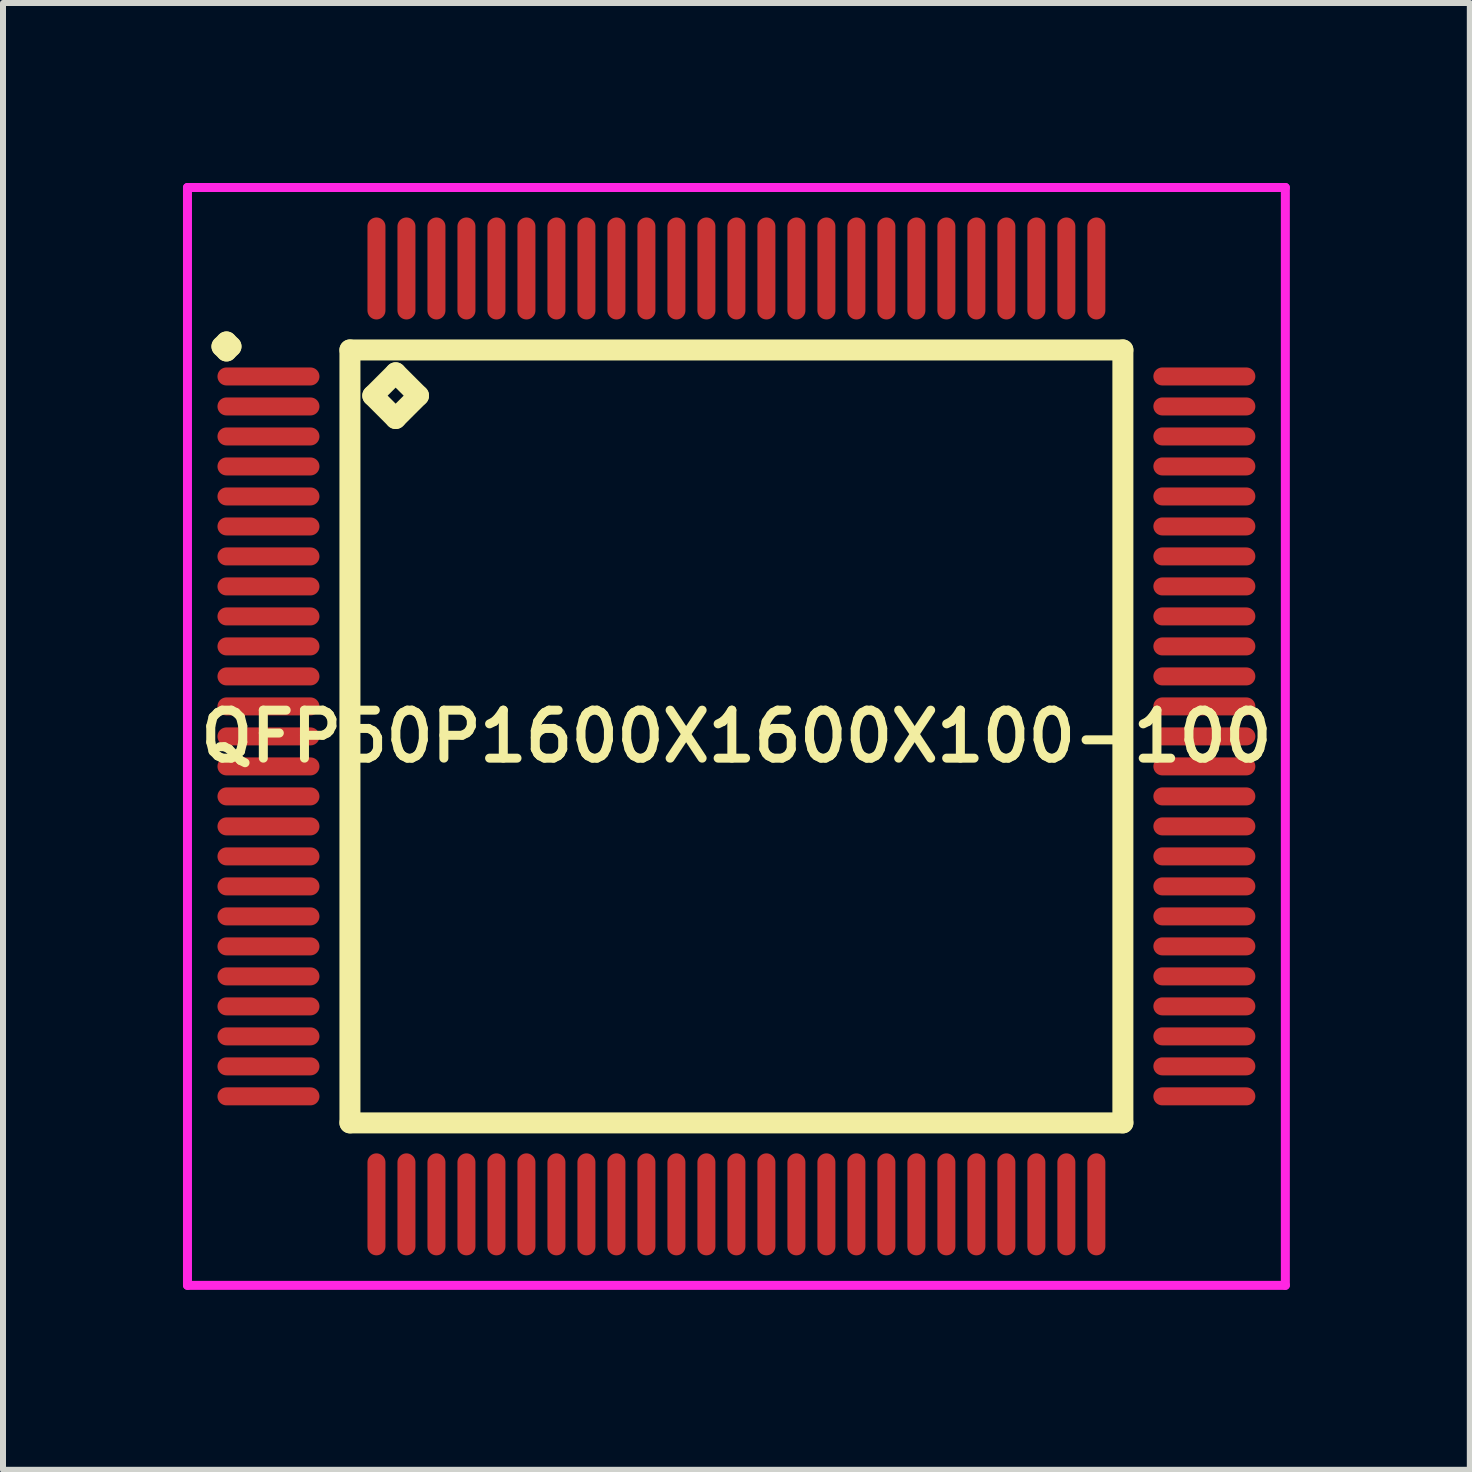
<source format=kicad_pcb>
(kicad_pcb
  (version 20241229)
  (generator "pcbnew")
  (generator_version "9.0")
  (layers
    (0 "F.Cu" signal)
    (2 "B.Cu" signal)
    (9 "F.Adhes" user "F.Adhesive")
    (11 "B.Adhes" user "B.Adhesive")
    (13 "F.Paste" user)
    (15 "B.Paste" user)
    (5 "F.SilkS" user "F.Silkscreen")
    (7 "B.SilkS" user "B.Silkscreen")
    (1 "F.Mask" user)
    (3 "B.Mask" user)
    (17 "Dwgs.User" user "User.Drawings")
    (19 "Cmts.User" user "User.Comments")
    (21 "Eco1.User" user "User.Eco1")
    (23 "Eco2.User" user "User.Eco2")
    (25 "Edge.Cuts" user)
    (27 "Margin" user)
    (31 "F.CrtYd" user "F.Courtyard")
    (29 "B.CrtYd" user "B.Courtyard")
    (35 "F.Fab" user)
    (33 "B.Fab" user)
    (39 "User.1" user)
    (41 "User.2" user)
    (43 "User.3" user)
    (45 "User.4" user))
  (footprint "QFP50P1600X1600X100-100"
    (layer "F.Cu")
    (at 9.225 9.225)
    (property "Reference" "QFP50P1600X1600X100-100" (at 0 0 0) (layer "F.SilkS") (effects (font (size 0.8 0.8) (thickness 0.15))))
    (attr through_hole)
    (fp_line (start -8.575 -6.5) (end -8.5 -6.575) (stroke (width 0.35) (type solid)) (layer "F.SilkS"))
    (fp_line (start -8.5 -6.575) (end -8.425 -6.5) (stroke (width 0.35) (type solid)) (layer "F.SilkS"))
    (fp_line (start -8.5 -6.425) (end -8.575 -6.5) (stroke (width 0.35) (type solid)) (layer "F.SilkS"))
    (fp_line (start -8.425 -6.5) (end -8.5 -6.425) (stroke (width 0.35) (type solid)) (layer "F.SilkS"))
    (fp_line (start -6.442 -6.442) (end -6.442 6.442) (stroke (width 0.35) (type solid)) (layer "F.SilkS"))
    (fp_line (start -6.442 6.442) (end 6.442 6.442) (stroke (width 0.35) (type solid)) (layer "F.SilkS"))
    (fp_line (start -6.061 -5.68) (end -5.68 -6.061) (stroke (width 0.35) (type solid)) (layer "F.SilkS"))
    (fp_line (start -5.68 -6.061) (end -5.299 -5.68) (stroke (width 0.35) (type solid)) (layer "F.SilkS"))
    (fp_line (start -5.68 -5.299) (end -6.061 -5.68) (stroke (width 0.35) (type solid)) (layer "F.SilkS"))
    (fp_line (start -5.299 -5.68) (end -5.68 -5.299) (stroke (width 0.35) (type solid)) (layer "F.SilkS"))
    (fp_line (start 6.442 -6.442) (end -6.442 -6.442) (stroke (width 0.35) (type solid)) (layer "F.SilkS"))
    (fp_line (start 6.442 6.442) (end 6.442 -6.442) (stroke (width 0.35) (type solid)) (layer "F.SilkS"))
    (fp_line (start -9.15 -9.15) (end 9.15 -9.15) (stroke (width 0.15) (type solid)) (layer "F.CrtYd"))
    (fp_line (start -9.15 9.15) (end -9.15 -9.15) (stroke (width 0.15) (type solid)) (layer "F.CrtYd"))
    (fp_line (start 9.15 -9.15) (end 9.15 9.15) (stroke (width 0.15) (type solid)) (layer "F.CrtYd"))
    (fp_line (start 9.15 9.15) (end -9.15 9.15) (stroke (width 0.15) (type solid)) (layer "F.CrtYd"))
    (pad "1" smd oval (at -7.8 -6) (size 1.7 0.3) (layers "F.Cu" "F.Mask" "F.Paste"))
    (pad "2" smd oval (at -7.8 -5.5) (size 1.7 0.3) (layers "F.Cu" "F.Mask" "F.Paste"))
    (pad "3" smd oval (at -7.8 -5) (size 1.7 0.3) (layers "F.Cu" "F.Mask" "F.Paste"))
    (pad "4" smd oval (at -7.8 -4.5) (size 1.7 0.3) (layers "F.Cu" "F.Mask" "F.Paste"))
    (pad "5" smd oval (at -7.8 -4) (size 1.7 0.3) (layers "F.Cu" "F.Mask" "F.Paste"))
    (pad "6" smd oval (at -7.8 -3.5) (size 1.7 0.3) (layers "F.Cu" "F.Mask" "F.Paste"))
    (pad "7" smd oval (at -7.8 -3) (size 1.7 0.3) (layers "F.Cu" "F.Mask" "F.Paste"))
    (pad "8" smd oval (at -7.8 -2.5) (size 1.7 0.3) (layers "F.Cu" "F.Mask" "F.Paste"))
    (pad "9" smd oval (at -7.8 -2) (size 1.7 0.3) (layers "F.Cu" "F.Mask" "F.Paste"))
    (pad "10" smd oval (at -7.8 -1.5) (size 1.7 0.3) (layers "F.Cu" "F.Mask" "F.Paste"))
    (pad "11" smd oval (at -7.8 -1) (size 1.7 0.3) (layers "F.Cu" "F.Mask" "F.Paste"))
    (pad "12" smd oval (at -7.8 -0.5) (size 1.7 0.3) (layers "F.Cu" "F.Mask" "F.Paste"))
    (pad "13" smd oval (at -7.8 0) (size 1.7 0.3) (layers "F.Cu" "F.Mask" "F.Paste"))
    (pad "14" smd oval (at -7.8 0.5) (size 1.7 0.3) (layers "F.Cu" "F.Mask" "F.Paste"))
    (pad "15" smd oval (at -7.8 1) (size 1.7 0.3) (layers "F.Cu" "F.Mask" "F.Paste"))
    (pad "16" smd oval (at -7.8 1.5) (size 1.7 0.3) (layers "F.Cu" "F.Mask" "F.Paste"))
    (pad "17" smd oval (at -7.8 2) (size 1.7 0.3) (layers "F.Cu" "F.Mask" "F.Paste"))
    (pad "18" smd oval (at -7.8 2.5) (size 1.7 0.3) (layers "F.Cu" "F.Mask" "F.Paste"))
    (pad "19" smd oval (at -7.8 3) (size 1.7 0.3) (layers "F.Cu" "F.Mask" "F.Paste"))
    (pad "20" smd oval (at -7.8 3.5) (size 1.7 0.3) (layers "F.Cu" "F.Mask" "F.Paste"))
    (pad "21" smd oval (at -7.8 4) (size 1.7 0.3) (layers "F.Cu" "F.Mask" "F.Paste"))
    (pad "22" smd oval (at -7.8 4.5) (size 1.7 0.3) (layers "F.Cu" "F.Mask" "F.Paste"))
    (pad "23" smd oval (at -7.8 5) (size 1.7 0.3) (layers "F.Cu" "F.Mask" "F.Paste"))
    (pad "24" smd oval (at -7.8 5.5) (size 1.7 0.3) (layers "F.Cu" "F.Mask" "F.Paste"))
    (pad "25" smd oval (at -7.8 6) (size 1.7 0.3) (layers "F.Cu" "F.Mask" "F.Paste"))
    (pad "26" smd oval (at -6 7.8) (size 0.3 1.7) (layers "F.Cu" "F.Mask" "F.Paste"))
    (pad "27" smd oval (at -5.5 7.8) (size 0.3 1.7) (layers "F.Cu" "F.Mask" "F.Paste"))
    (pad "28" smd oval (at -5 7.8) (size 0.3 1.7) (layers "F.Cu" "F.Mask" "F.Paste"))
    (pad "29" smd oval (at -4.5 7.8) (size 0.3 1.7) (layers "F.Cu" "F.Mask" "F.Paste"))
    (pad "30" smd oval (at -4 7.8) (size 0.3 1.7) (layers "F.Cu" "F.Mask" "F.Paste"))
    (pad "31" smd oval (at -3.5 7.8) (size 0.3 1.7) (layers "F.Cu" "F.Mask" "F.Paste"))
    (pad "32" smd oval (at -3 7.8) (size 0.3 1.7) (layers "F.Cu" "F.Mask" "F.Paste"))
    (pad "33" smd oval (at -2.5 7.8) (size 0.3 1.7) (layers "F.Cu" "F.Mask" "F.Paste"))
    (pad "34" smd oval (at -2 7.8) (size 0.3 1.7) (layers "F.Cu" "F.Mask" "F.Paste"))
    (pad "35" smd oval (at -1.5 7.8) (size 0.3 1.7) (layers "F.Cu" "F.Mask" "F.Paste"))
    (pad "36" smd oval (at -1 7.8) (size 0.3 1.7) (layers "F.Cu" "F.Mask" "F.Paste"))
    (pad "37" smd oval (at -0.5 7.8) (size 0.3 1.7) (layers "F.Cu" "F.Mask" "F.Paste"))
    (pad "38" smd oval (at 0 7.8) (size 0.3 1.7) (layers "F.Cu" "F.Mask" "F.Paste"))
    (pad "39" smd oval (at 0.5 7.8) (size 0.3 1.7) (layers "F.Cu" "F.Mask" "F.Paste"))
    (pad "40" smd oval (at 1 7.8) (size 0.3 1.7) (layers "F.Cu" "F.Mask" "F.Paste"))
    (pad "41" smd oval (at 1.5 7.8) (size 0.3 1.7) (layers "F.Cu" "F.Mask" "F.Paste"))
    (pad "42" smd oval (at 2 7.8) (size 0.3 1.7) (layers "F.Cu" "F.Mask" "F.Paste"))
    (pad "43" smd oval (at 2.5 7.8) (size 0.3 1.7) (layers "F.Cu" "F.Mask" "F.Paste"))
    (pad "44" smd oval (at 3 7.8) (size 0.3 1.7) (layers "F.Cu" "F.Mask" "F.Paste"))
    (pad "45" smd oval (at 3.5 7.8) (size 0.3 1.7) (layers "F.Cu" "F.Mask" "F.Paste"))
    (pad "46" smd oval (at 4 7.8) (size 0.3 1.7) (layers "F.Cu" "F.Mask" "F.Paste"))
    (pad "47" smd oval (at 4.5 7.8) (size 0.3 1.7) (layers "F.Cu" "F.Mask" "F.Paste"))
    (pad "48" smd oval (at 5 7.8) (size 0.3 1.7) (layers "F.Cu" "F.Mask" "F.Paste"))
    (pad "49" smd oval (at 5.5 7.8) (size 0.3 1.7) (layers "F.Cu" "F.Mask" "F.Paste"))
    (pad "50" smd oval (at 6 7.8) (size 0.3 1.7) (layers "F.Cu" "F.Mask" "F.Paste"))
    (pad "51" smd oval (at 7.8 6) (size 1.7 0.3) (layers "F.Cu" "F.Mask" "F.Paste"))
    (pad "52" smd oval (at 7.8 5.5) (size 1.7 0.3) (layers "F.Cu" "F.Mask" "F.Paste"))
    (pad "53" smd oval (at 7.8 5) (size 1.7 0.3) (layers "F.Cu" "F.Mask" "F.Paste"))
    (pad "54" smd oval (at 7.8 4.5) (size 1.7 0.3) (layers "F.Cu" "F.Mask" "F.Paste"))
    (pad "55" smd oval (at 7.8 4) (size 1.7 0.3) (layers "F.Cu" "F.Mask" "F.Paste"))
    (pad "56" smd oval (at 7.8 3.5) (size 1.7 0.3) (layers "F.Cu" "F.Mask" "F.Paste"))
    (pad "57" smd oval (at 7.8 3) (size 1.7 0.3) (layers "F.Cu" "F.Mask" "F.Paste"))
    (pad "58" smd oval (at 7.8 2.5) (size 1.7 0.3) (layers "F.Cu" "F.Mask" "F.Paste"))
    (pad "59" smd oval (at 7.8 2) (size 1.7 0.3) (layers "F.Cu" "F.Mask" "F.Paste"))
    (pad "60" smd oval (at 7.8 1.5) (size 1.7 0.3) (layers "F.Cu" "F.Mask" "F.Paste"))
    (pad "61" smd oval (at 7.8 1) (size 1.7 0.3) (layers "F.Cu" "F.Mask" "F.Paste"))
    (pad "62" smd oval (at 7.8 0.5) (size 1.7 0.3) (layers "F.Cu" "F.Mask" "F.Paste"))
    (pad "63" smd oval (at 7.8 0) (size 1.7 0.3) (layers "F.Cu" "F.Mask" "F.Paste"))
    (pad "64" smd oval (at 7.8 -0.5) (size 1.7 0.3) (layers "F.Cu" "F.Mask" "F.Paste"))
    (pad "65" smd oval (at 7.8 -1) (size 1.7 0.3) (layers "F.Cu" "F.Mask" "F.Paste"))
    (pad "66" smd oval (at 7.8 -1.5) (size 1.7 0.3) (layers "F.Cu" "F.Mask" "F.Paste"))
    (pad "67" smd oval (at 7.8 -2) (size 1.7 0.3) (layers "F.Cu" "F.Mask" "F.Paste"))
    (pad "68" smd oval (at 7.8 -2.5) (size 1.7 0.3) (layers "F.Cu" "F.Mask" "F.Paste"))
    (pad "69" smd oval (at 7.8 -3) (size 1.7 0.3) (layers "F.Cu" "F.Mask" "F.Paste"))
    (pad "70" smd oval (at 7.8 -3.5) (size 1.7 0.3) (layers "F.Cu" "F.Mask" "F.Paste"))
    (pad "71" smd oval (at 7.8 -4) (size 1.7 0.3) (layers "F.Cu" "F.Mask" "F.Paste"))
    (pad "72" smd oval (at 7.8 -4.5) (size 1.7 0.3) (layers "F.Cu" "F.Mask" "F.Paste"))
    (pad "73" smd oval (at 7.8 -5) (size 1.7 0.3) (layers "F.Cu" "F.Mask" "F.Paste"))
    (pad "74" smd oval (at 7.8 -5.5) (size 1.7 0.3) (layers "F.Cu" "F.Mask" "F.Paste"))
    (pad "75" smd oval (at 7.8 -6) (size 1.7 0.3) (layers "F.Cu" "F.Mask" "F.Paste"))
    (pad "76" smd oval (at 6 -7.8) (size 0.3 1.7) (layers "F.Cu" "F.Mask" "F.Paste"))
    (pad "77" smd oval (at 5.5 -7.8) (size 0.3 1.7) (layers "F.Cu" "F.Mask" "F.Paste"))
    (pad "78" smd oval (at 5 -7.8) (size 0.3 1.7) (layers "F.Cu" "F.Mask" "F.Paste"))
    (pad "79" smd oval (at 4.5 -7.8) (size 0.3 1.7) (layers "F.Cu" "F.Mask" "F.Paste"))
    (pad "80" smd oval (at 4 -7.8) (size 0.3 1.7) (layers "F.Cu" "F.Mask" "F.Paste"))
    (pad "81" smd oval (at 3.5 -7.8) (size 0.3 1.7) (layers "F.Cu" "F.Mask" "F.Paste"))
    (pad "82" smd oval (at 3 -7.8) (size 0.3 1.7) (layers "F.Cu" "F.Mask" "F.Paste"))
    (pad "83" smd oval (at 2.5 -7.8) (size 0.3 1.7) (layers "F.Cu" "F.Mask" "F.Paste"))
    (pad "84" smd oval (at 2 -7.8) (size 0.3 1.7) (layers "F.Cu" "F.Mask" "F.Paste"))
    (pad "85" smd oval (at 1.5 -7.8) (size 0.3 1.7) (layers "F.Cu" "F.Mask" "F.Paste"))
    (pad "86" smd oval (at 1 -7.8) (size 0.3 1.7) (layers "F.Cu" "F.Mask" "F.Paste"))
    (pad "87" smd oval (at 0.5 -7.8) (size 0.3 1.7) (layers "F.Cu" "F.Mask" "F.Paste"))
    (pad "88" smd oval (at 0 -7.8) (size 0.3 1.7) (layers "F.Cu" "F.Mask" "F.Paste"))
    (pad "89" smd oval (at -0.5 -7.8) (size 0.3 1.7) (layers "F.Cu" "F.Mask" "F.Paste"))
    (pad "90" smd oval (at -1 -7.8) (size 0.3 1.7) (layers "F.Cu" "F.Mask" "F.Paste"))
    (pad "91" smd oval (at -1.5 -7.8) (size 0.3 1.7) (layers "F.Cu" "F.Mask" "F.Paste"))
    (pad "92" smd oval (at -2 -7.8) (size 0.3 1.7) (layers "F.Cu" "F.Mask" "F.Paste"))
    (pad "93" smd oval (at -2.5 -7.8) (size 0.3 1.7) (layers "F.Cu" "F.Mask" "F.Paste"))
    (pad "94" smd oval (at -3 -7.8) (size 0.3 1.7) (layers "F.Cu" "F.Mask" "F.Paste"))
    (pad "95" smd oval (at -3.5 -7.8) (size 0.3 1.7) (layers "F.Cu" "F.Mask" "F.Paste"))
    (pad "96" smd oval (at -4 -7.8) (size 0.3 1.7) (layers "F.Cu" "F.Mask" "F.Paste"))
    (pad "97" smd oval (at -4.5 -7.8) (size 0.3 1.7) (layers "F.Cu" "F.Mask" "F.Paste"))
    (pad "98" smd oval (at -5 -7.8) (size 0.3 1.7) (layers "F.Cu" "F.Mask" "F.Paste"))
    (pad "99" smd oval (at -5.5 -7.8) (size 0.3 1.7) (layers "F.Cu" "F.Mask" "F.Paste"))
    (pad "100" smd oval (at -6 -7.8) (size 0.3 1.7) (layers "F.Cu" "F.Mask" "F.Paste")))
  (gr_rect
    (start -3 -3)
    (end 21.45 21.45)
    (stroke (width 0.1) (type default))
    (fill no)
    (layer "Edge.Cuts")))
</source>
